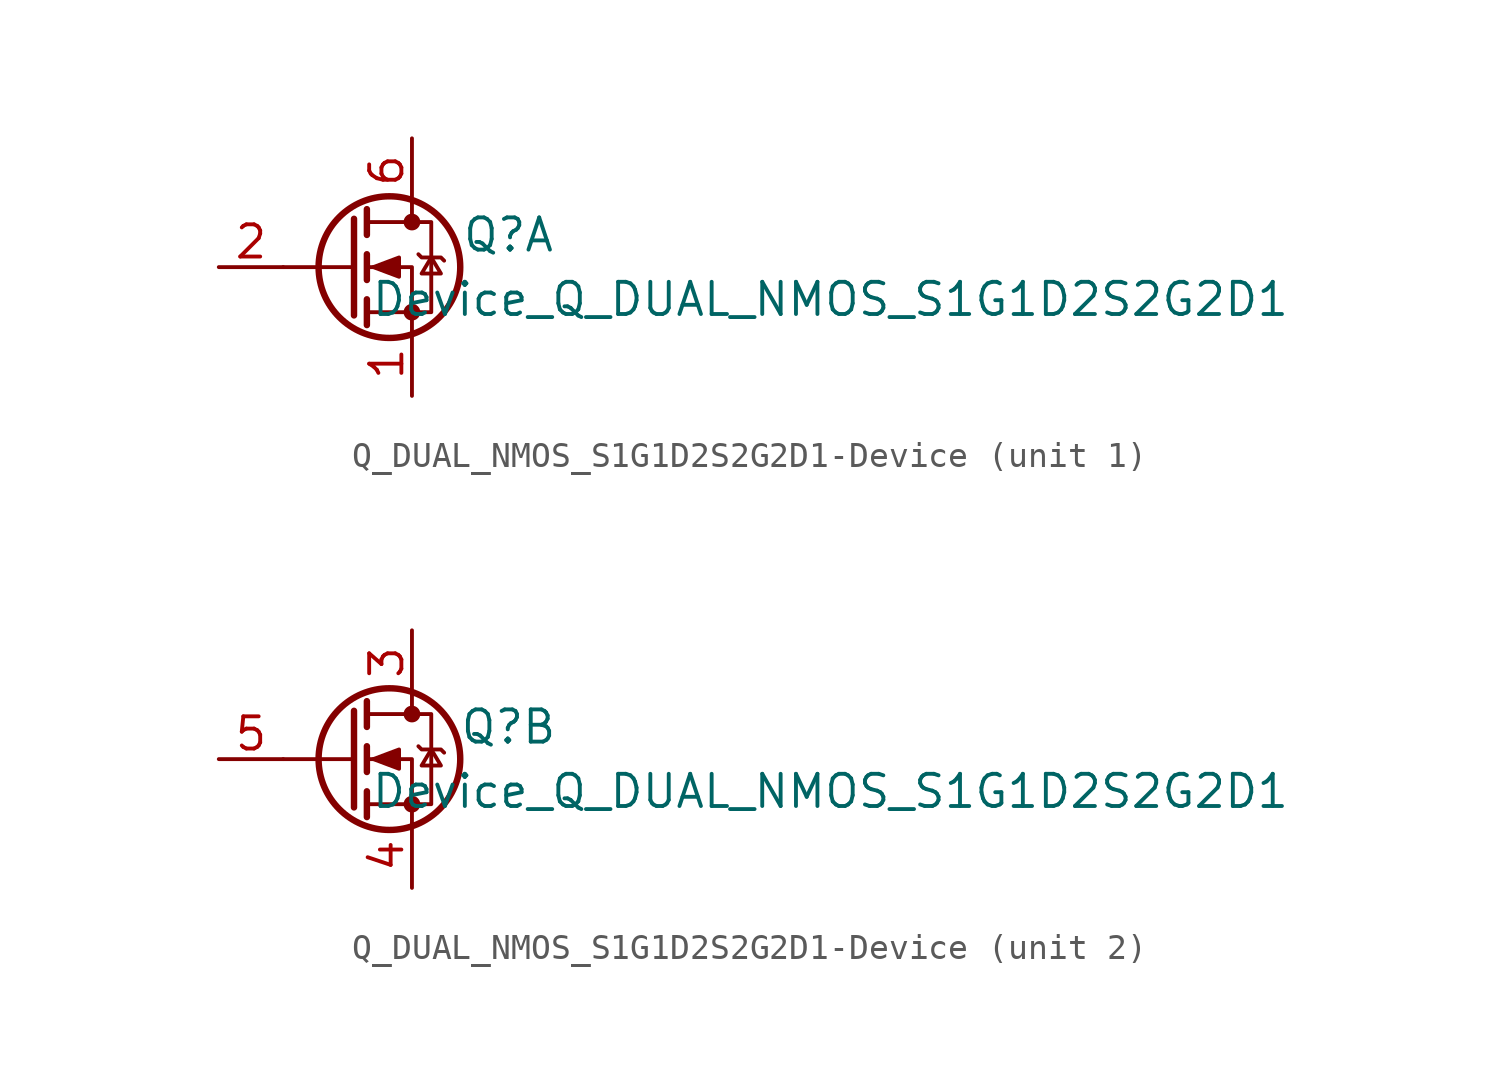
<source format=kicad_sym>
(kicad_symbol_lib
  (version 20220914)
  (generator kicad_symbol_editor)
  (symbol "Q_DUAL_NMOS_S1G1D2S2G2D1-Device"
    (pin_names
      (offset 0) hide)
    (property "Reference" "Q"
      (at 6.35 1.27 0)
      (effects (font (size 1.27 1.27))))
    (property "Value" "Device_Q_DUAL_NMOS_S1G1D2S2G2D1"
      (at 19.05 -1.27 0)
      (effects (font (size 1.27 1.27))))
    (symbol "Q_DUAL_NMOS_S1G1D2S2G2D1-Device_0_1"
      (polyline (pts (xy 0.254 0) (xy -2.54 0)) (stroke (width 0) (type solid)) (fill (type none)))
      (polyline (pts (xy 0.254 1.905) (xy 0.254 -1.905)) (stroke (width 0.254) (type solid)) (fill (type none)))
      (polyline (pts (xy 0.762 -1.27) (xy 0.762 -2.286)) (stroke (width 0.254) (type solid)) (fill (type none)))
      (polyline (pts (xy 0.762 0.508) (xy 0.762 -0.508)) (stroke (width 0.254) (type solid)) (fill (type none)))
      (polyline (pts (xy 0.762 2.286) (xy 0.762 1.27)) (stroke (width 0.254) (type solid)) (fill (type none)))
      (polyline (pts (xy 2.54 2.54) (xy 2.54 1.778)) (stroke (width 0) (type solid)) (fill (type none)))
      (polyline (pts (xy 2.54 -2.54) (xy 2.54 0) (xy 0.762 0)) (stroke (width 0) (type solid)) (fill (type none)))
      (polyline (pts (xy 0.762 -1.778) (xy 3.302 -1.778) (xy 3.302 1.778) (xy 0.762 1.778)) (stroke (width 0) (type solid)) (fill (type none)))
      (polyline (pts (xy 1.016 0) (xy 2.032 0.381) (xy 2.032 -0.381) (xy 1.016 0)) (stroke (width 0) (type solid)) (fill (type outline)))
      (polyline (pts (xy 2.794 0.508) (xy 2.921 0.381) (xy 3.683 0.381) (xy 3.81 0.254)) (stroke (width 0) (type solid)) (fill (type none)))
      (polyline (pts (xy 3.302 0.381) (xy 2.921 -0.254) (xy 3.683 -0.254) (xy 3.302 0.381)) (stroke (width 0) (type solid)) (fill (type none)))
      (circle (center 1.651 0) (radius 2.794) (stroke (width 0.254) (type solid)) (fill (type none)))
      (circle (center 2.54 -1.778) (radius 0.254) (stroke (width 0) (type solid)) (fill (type outline)))
      (circle (center 2.54 1.778) (radius 0.254) (stroke (width 0) (type solid)) (fill (type outline))))
    (symbol "Q_DUAL_NMOS_S1G1D2S2G2D1-Device_1_1"
      (pin passive line (at 2.54 -5.08 90) (length 2.54) (name "S" (effects (font (size 1.27 1.27)))) (number "1" (effects (font (size 1.27 1.27)))))
      (pin input line (at -5.08 0 0) (length 2.54) (name "G" (effects (font (size 1.27 1.27)))) (number "2" (effects (font (size 1.27 1.27)))))
      (pin passive line (at 2.54 5.08 270) (length 2.54) (name "D" (effects (font (size 1.27 1.27)))) (number "6" (effects (font (size 1.27 1.27))))))
    (symbol "Q_DUAL_NMOS_S1G1D2S2G2D1-Device_2_1"
      (pin passive line (at 2.54 5.08 270) (length 2.54) (name "D" (effects (font (size 1.27 1.27)))) (number "3" (effects (font (size 1.27 1.27)))))
      (pin passive line (at 2.54 -5.08 90) (length 2.54) (name "S" (effects (font (size 1.27 1.27)))) (number "4" (effects (font (size 1.27 1.27)))))
      (pin input line (at -5.08 0 0) (length 2.54) (name "G" (effects (font (size 1.27 1.27)))) (number "5" (effects (font (size 1.27 1.27))))))))
</source>
